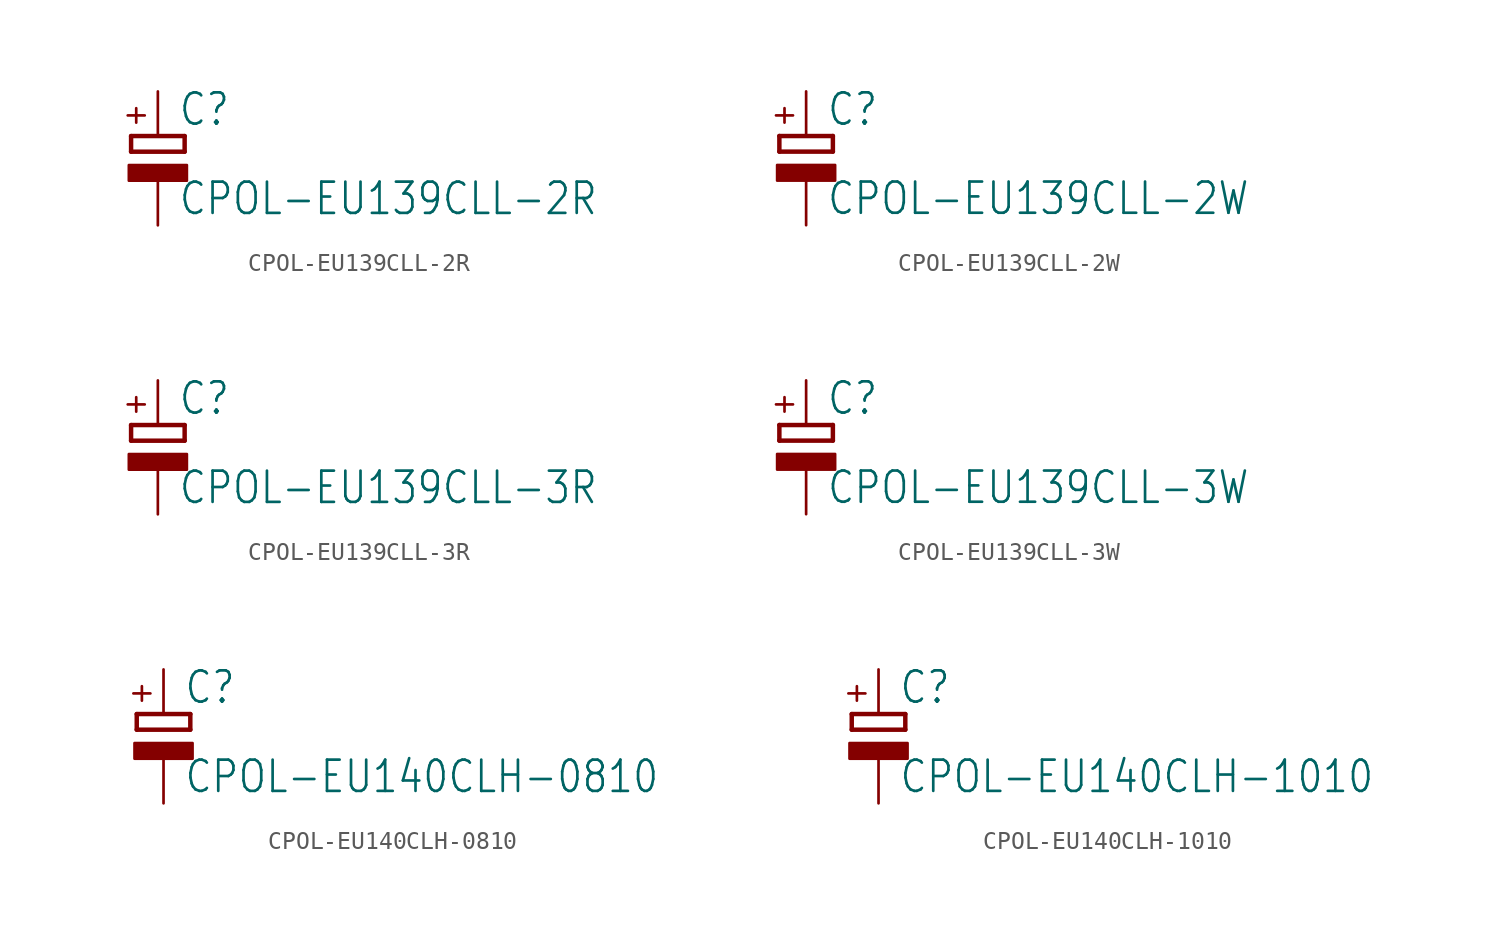
<source format=kicad_sym>
(kicad_symbol_lib
  (version 20220331)
  (generator kicad_symbol_editor)
  (symbol "CPOL-EU139CLL-2R"
    (property "Reference" "C"
      (at 1.143 0.483 0)
      (effects (font (size 1.778 1.511)) (justify left bottom)))
    (property "Value" "CPOL-EU139CLL-2R"
      (at 1.143 -4.597 0)
      (effects (font (size 1.778 1.511)) (justify left bottom)))
    (property "ki_locked" ""
      (at 0 0 0)
      (effects (font (size 1.27 1.27))))
    (symbol "CPOL-EU139CLL-2R_1_0"
      (rectangle (start -1.651 -2.54) (end 1.651 -1.651) (stroke (width 0) (type default)) (fill (type outline)))
      (polyline (pts (xy -1.524 -0.889) (xy 1.524 -0.889)) (stroke (width 0.254) (type solid)) (fill (type none)))
      (polyline (pts (xy -1.524 0) (xy -1.524 -0.889)) (stroke (width 0.254) (type solid)) (fill (type none)))
      (polyline (pts (xy -1.524 0) (xy 1.524 0)) (stroke (width 0.254) (type solid)) (fill (type none)))
      (polyline (pts (xy 1.524 -0.889) (xy 1.524 0)) (stroke (width 0.254) (type solid)) (fill (type none)))
      (text "+" (at -0.584 0.406 900) (effects (font (size 1.27 1.079)) (justify left bottom)))
      (pin passive line (at 0 2.54 270) (length 2.54) (name "+" (effects (font (size 0 0)))) (number "+" (effects (font (size 0 0)))))
      (pin passive line (at 0 -5.08 90) (length 2.54) (name "-" (effects (font (size 0 0)))) (number "-" (effects (font (size 0 0)))))))
  (symbol "CPOL-EU139CLL-2W"
    (property "Reference" "C"
      (at 1.143 0.483 0)
      (effects (font (size 1.778 1.511)) (justify left bottom)))
    (property "Value" "CPOL-EU139CLL-2W"
      (at 1.143 -4.597 0)
      (effects (font (size 1.778 1.511)) (justify left bottom)))
    (property "ki_locked" ""
      (at 0 0 0)
      (effects (font (size 1.27 1.27))))
    (symbol "CPOL-EU139CLL-2W_1_0"
      (rectangle (start -1.651 -2.54) (end 1.651 -1.651) (stroke (width 0) (type default)) (fill (type outline)))
      (polyline (pts (xy -1.524 -0.889) (xy 1.524 -0.889)) (stroke (width 0.254) (type solid)) (fill (type none)))
      (polyline (pts (xy -1.524 0) (xy -1.524 -0.889)) (stroke (width 0.254) (type solid)) (fill (type none)))
      (polyline (pts (xy -1.524 0) (xy 1.524 0)) (stroke (width 0.254) (type solid)) (fill (type none)))
      (polyline (pts (xy 1.524 -0.889) (xy 1.524 0)) (stroke (width 0.254) (type solid)) (fill (type none)))
      (text "+" (at -0.584 0.406 900) (effects (font (size 1.27 1.079)) (justify left bottom)))
      (pin passive line (at 0 2.54 270) (length 2.54) (name "+" (effects (font (size 0 0)))) (number "+" (effects (font (size 0 0)))))
      (pin passive line (at 0 -5.08 90) (length 2.54) (name "-" (effects (font (size 0 0)))) (number "-" (effects (font (size 0 0)))))))
  (symbol "CPOL-EU139CLL-3R"
    (property "Reference" "C"
      (at 1.143 0.483 0)
      (effects (font (size 1.778 1.511)) (justify left bottom)))
    (property "Value" "CPOL-EU139CLL-3R"
      (at 1.143 -4.597 0)
      (effects (font (size 1.778 1.511)) (justify left bottom)))
    (property "ki_locked" ""
      (at 0 0 0)
      (effects (font (size 1.27 1.27))))
    (symbol "CPOL-EU139CLL-3R_1_0"
      (rectangle (start -1.651 -2.54) (end 1.651 -1.651) (stroke (width 0) (type default)) (fill (type outline)))
      (polyline (pts (xy -1.524 -0.889) (xy 1.524 -0.889)) (stroke (width 0.254) (type solid)) (fill (type none)))
      (polyline (pts (xy -1.524 0) (xy -1.524 -0.889)) (stroke (width 0.254) (type solid)) (fill (type none)))
      (polyline (pts (xy -1.524 0) (xy 1.524 0)) (stroke (width 0.254) (type solid)) (fill (type none)))
      (polyline (pts (xy 1.524 -0.889) (xy 1.524 0)) (stroke (width 0.254) (type solid)) (fill (type none)))
      (text "+" (at -0.584 0.406 900) (effects (font (size 1.27 1.079)) (justify left bottom)))
      (pin passive line (at 0 2.54 270) (length 2.54) (name "+" (effects (font (size 0 0)))) (number "+" (effects (font (size 0 0)))))
      (pin passive line (at 0 -5.08 90) (length 2.54) (name "-" (effects (font (size 0 0)))) (number "-" (effects (font (size 0 0)))))))
  (symbol "CPOL-EU139CLL-3W"
    (property "Reference" "C"
      (at 1.143 0.483 0)
      (effects (font (size 1.778 1.511)) (justify left bottom)))
    (property "Value" "CPOL-EU139CLL-3W"
      (at 1.143 -4.597 0)
      (effects (font (size 1.778 1.511)) (justify left bottom)))
    (property "ki_locked" ""
      (at 0 0 0)
      (effects (font (size 1.27 1.27))))
    (symbol "CPOL-EU139CLL-3W_1_0"
      (rectangle (start -1.651 -2.54) (end 1.651 -1.651) (stroke (width 0) (type default)) (fill (type outline)))
      (polyline (pts (xy -1.524 -0.889) (xy 1.524 -0.889)) (stroke (width 0.254) (type solid)) (fill (type none)))
      (polyline (pts (xy -1.524 0) (xy -1.524 -0.889)) (stroke (width 0.254) (type solid)) (fill (type none)))
      (polyline (pts (xy -1.524 0) (xy 1.524 0)) (stroke (width 0.254) (type solid)) (fill (type none)))
      (polyline (pts (xy 1.524 -0.889) (xy 1.524 0)) (stroke (width 0.254) (type solid)) (fill (type none)))
      (text "+" (at -0.584 0.406 900) (effects (font (size 1.27 1.079)) (justify left bottom)))
      (pin passive line (at 0 2.54 270) (length 2.54) (name "+" (effects (font (size 0 0)))) (number "+" (effects (font (size 0 0)))))
      (pin passive line (at 0 -5.08 90) (length 2.54) (name "-" (effects (font (size 0 0)))) (number "-" (effects (font (size 0 0)))))))
  (symbol "CPOL-EU140CLH-0810"
    (property "Reference" "C"
      (at 1.143 0.483 0)
      (effects (font (size 1.778 1.511)) (justify left bottom)))
    (property "Value" "CPOL-EU140CLH-0810"
      (at 1.143 -4.597 0)
      (effects (font (size 1.778 1.511)) (justify left bottom)))
    (property "ki_locked" ""
      (at 0 0 0)
      (effects (font (size 1.27 1.27))))
    (symbol "CPOL-EU140CLH-0810_1_0"
      (rectangle (start -1.651 -2.54) (end 1.651 -1.651) (stroke (width 0) (type default)) (fill (type outline)))
      (polyline (pts (xy -1.524 -0.889) (xy 1.524 -0.889)) (stroke (width 0.254) (type solid)) (fill (type none)))
      (polyline (pts (xy -1.524 0) (xy -1.524 -0.889)) (stroke (width 0.254) (type solid)) (fill (type none)))
      (polyline (pts (xy -1.524 0) (xy 1.524 0)) (stroke (width 0.254) (type solid)) (fill (type none)))
      (polyline (pts (xy 1.524 -0.889) (xy 1.524 0)) (stroke (width 0.254) (type solid)) (fill (type none)))
      (text "+" (at -0.584 0.406 900) (effects (font (size 1.27 1.079)) (justify left bottom)))
      (pin passive line (at 0 2.54 270) (length 2.54) (name "+" (effects (font (size 0 0)))) (number "+" (effects (font (size 0 0)))))
      (pin passive line (at 0 -5.08 90) (length 2.54) (name "-" (effects (font (size 0 0)))) (number "-" (effects (font (size 0 0)))))))
  (symbol "CPOL-EU140CLH-1010"
    (property "Reference" "C"
      (at 1.143 0.483 0)
      (effects (font (size 1.778 1.511)) (justify left bottom)))
    (property "Value" "CPOL-EU140CLH-1010"
      (at 1.143 -4.597 0)
      (effects (font (size 1.778 1.511)) (justify left bottom)))
    (property "ki_locked" ""
      (at 0 0 0)
      (effects (font (size 1.27 1.27))))
    (symbol "CPOL-EU140CLH-1010_1_0"
      (rectangle (start -1.651 -2.54) (end 1.651 -1.651) (stroke (width 0) (type default)) (fill (type outline)))
      (polyline (pts (xy -1.524 -0.889) (xy 1.524 -0.889)) (stroke (width 0.254) (type solid)) (fill (type none)))
      (polyline (pts (xy -1.524 0) (xy -1.524 -0.889)) (stroke (width 0.254) (type solid)) (fill (type none)))
      (polyline (pts (xy -1.524 0) (xy 1.524 0)) (stroke (width 0.254) (type solid)) (fill (type none)))
      (polyline (pts (xy 1.524 -0.889) (xy 1.524 0)) (stroke (width 0.254) (type solid)) (fill (type none)))
      (text "+" (at -0.584 0.406 900) (effects (font (size 1.27 1.079)) (justify left bottom)))
      (pin passive line (at 0 2.54 270) (length 2.54) (name "+" (effects (font (size 0 0)))) (number "+" (effects (font (size 0 0)))))
      (pin passive line (at 0 -5.08 90) (length 2.54) (name "-" (effects (font (size 0 0)))) (number "-" (effects (font (size 0 0))))))))
</source>
